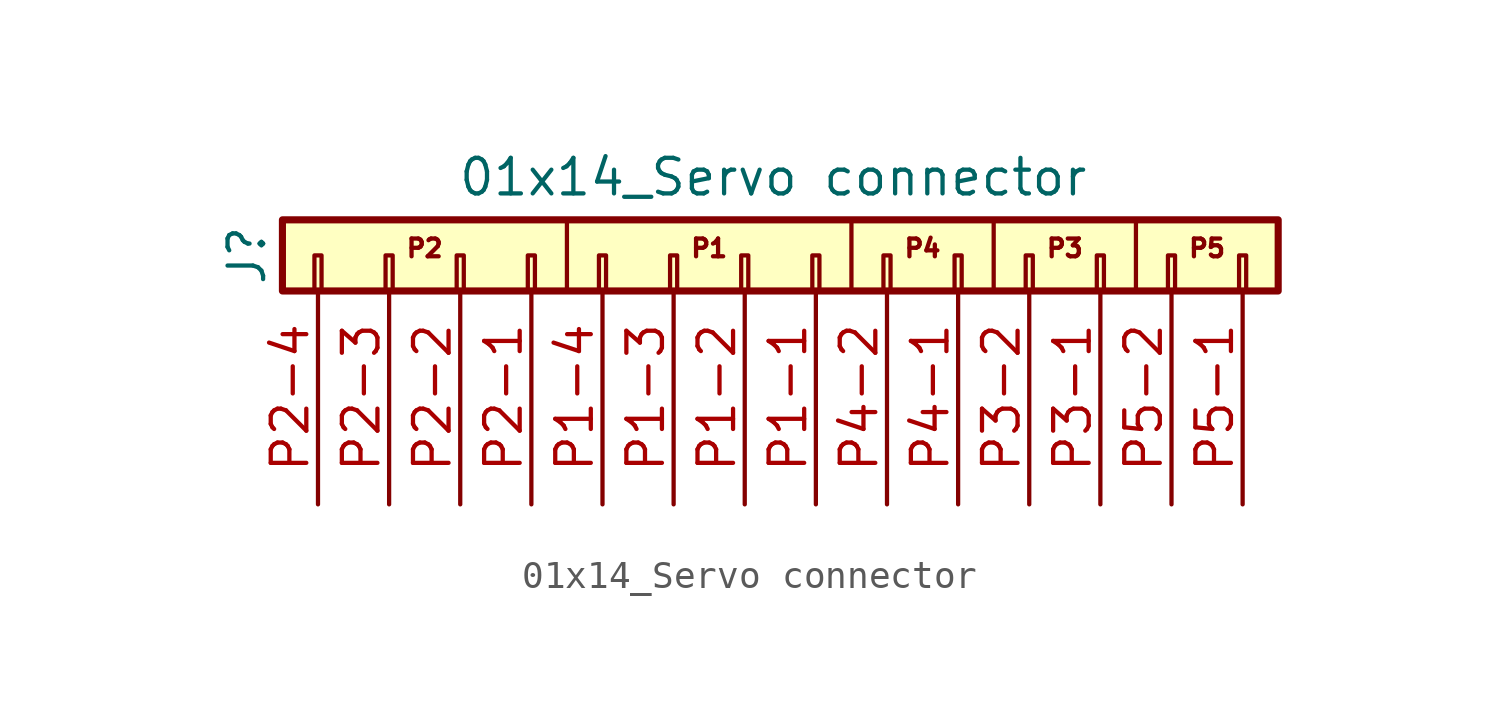
<source format=kicad_sym>
(kicad_symbol_lib
  (version 20220914)
  (generator kicad_symbol_editor)
  (symbol "01x14_Servo connector"
    (pin_names
      (offset 1.016) hide)
    (property "Reference" "J"
      (at -19.05 0 90)
      (effects (font (size 1.27 1.27))))
    (property "Value" "01x14_Servo connector"
      (at -0.254 2.794 0)
      (effects (font (size 1.27 1.27))))
    (symbol "01x14_Servo connector_0_1"
      (polyline (pts (xy -7.62 1.27) (xy -7.62 -1.27)) (stroke (width 0) (type default)) (fill (type none)))
      (polyline (pts (xy 2.54 1.27) (xy 2.54 -1.27)) (stroke (width 0) (type default)) (fill (type none)))
      (polyline (pts (xy 7.62 1.27) (xy 7.62 -1.27)) (stroke (width 0) (type default)) (fill (type none)))
      (polyline (pts (xy 12.7 1.27) (xy 12.7 -1.27)) (stroke (width 0) (type default)) (fill (type none))))
    (symbol "01x14_Servo connector_1_1"
      (rectangle (start -17.78 -1.27) (end 17.78 1.27) (stroke (width 0.254) (type default)) (fill (type background)))
      (rectangle (start -16.637 -1.27) (end -16.383 0) (stroke (width 0.152) (type default)) (fill (type none)))
      (rectangle (start -14.097 -1.27) (end -13.843 0) (stroke (width 0.152) (type default)) (fill (type none)))
      (rectangle (start -11.557 -1.27) (end -11.303 0) (stroke (width 0.152) (type default)) (fill (type none)))
      (rectangle (start -9.017 -1.27) (end -8.763 0) (stroke (width 0.152) (type default)) (fill (type none)))
      (rectangle (start -6.477 -1.27) (end -6.223 0) (stroke (width 0.152) (type default)) (fill (type none)))
      (rectangle (start -3.937 -1.27) (end -3.683 0) (stroke (width 0.152) (type default)) (fill (type none)))
      (rectangle (start -1.397 -1.27) (end -1.143 0) (stroke (width 0.152) (type default)) (fill (type none)))
      (rectangle (start 1.143 -1.27) (end 1.397 0) (stroke (width 0.152) (type default)) (fill (type none)))
      (rectangle (start 3.683 -1.27) (end 3.937 0) (stroke (width 0.152) (type default)) (fill (type none)))
      (rectangle (start 6.223 -1.27) (end 6.477 0) (stroke (width 0.152) (type default)) (fill (type none)))
      (rectangle (start 8.763 -1.27) (end 9.017 0) (stroke (width 0.152) (type default)) (fill (type none)))
      (rectangle (start 11.303 -1.27) (end 11.557 0) (stroke (width 0.152) (type default)) (fill (type none)))
      (rectangle (start 13.843 -1.27) (end 14.097 0) (stroke (width 0.152) (type default)) (fill (type none)))
      (rectangle (start 16.383 -1.27) (end 16.637 0) (stroke (width 0.152) (type default)) (fill (type none)))
      (text "P1" (at -2.54 0.254 0) (effects (font (size 0.635 0.635))))
      (text "P2" (at -12.7 0.254 0) (effects (font (size 0.635 0.635))))
      (text "P3" (at 10.16 0.254 0) (effects (font (size 0.635 0.635))))
      (text "P4" (at 5.08 0.254 0) (effects (font (size 0.635 0.635))))
      (text "P5" (at 15.24 0.254 0) (effects (font (size 0.635 0.635))))
      (pin passive line (at 1.27 -8.89 90) (length 7.62) (name "Pin_07" (effects (font (size 1.27 1.27)))) (number "P1-1" (effects (font (size 1.27 1.27)))))
      (pin passive line (at -1.27 -8.89 90) (length 7.62) (name "Pin_08" (effects (font (size 1.27 1.27)))) (number "P1-2" (effects (font (size 1.27 1.27)))))
      (pin passive line (at -3.81 -8.89 90) (length 7.62) (name "Pin_19" (effects (font (size 1.27 1.27)))) (number "P1-3" (effects (font (size 1.27 1.27)))))
      (pin passive line (at -6.35 -8.89 90) (length 7.62) (name "Pin_10" (effects (font (size 1.27 1.27)))) (number "P1-4" (effects (font (size 1.27 1.27)))))
      (pin passive line (at -8.89 -8.89 90) (length 7.62) (name "Pin_11" (effects (font (size 1.27 1.27)))) (number "P2-1" (effects (font (size 1.27 1.27)))))
      (pin passive line (at -11.43 -8.89 90) (length 7.62) (name "Pin_12" (effects (font (size 1.27 1.27)))) (number "P2-2" (effects (font (size 1.27 1.27)))))
      (pin passive line (at -13.97 -8.89 90) (length 7.62) (name "Pin_13" (effects (font (size 1.27 1.27)))) (number "P2-3" (effects (font (size 1.27 1.27)))))
      (pin passive line (at -16.51 -8.89 90) (length 7.62) (name "Pin_14" (effects (font (size 1.27 1.27)))) (number "P2-4" (effects (font (size 1.27 1.27)))))
      (pin passive line (at 11.43 -8.89 90) (length 7.62) (name "Pin_03" (effects (font (size 1.27 1.27)))) (number "P3-1" (effects (font (size 1.27 1.27)))))
      (pin passive line (at 8.89 -8.89 90) (length 7.62) (name "Pin_04" (effects (font (size 1.27 1.27)))) (number "P3-2" (effects (font (size 1.27 1.27)))))
      (pin passive line (at 6.35 -8.89 90) (length 7.62) (name "Pin_05" (effects (font (size 1.27 1.27)))) (number "P4-1" (effects (font (size 1.27 1.27)))))
      (pin passive line (at 3.81 -8.89 90) (length 7.62) (name "Pin_06" (effects (font (size 1.27 1.27)))) (number "P4-2" (effects (font (size 1.27 1.27)))))
      (pin passive line (at 16.51 -8.89 90) (length 7.62) (name "Pin_01" (effects (font (size 1.27 1.27)))) (number "P5-1" (effects (font (size 1.27 1.27)))))
      (pin passive line (at 13.97 -8.89 90) (length 7.62) (name "Pin_02" (effects (font (size 1.27 1.27)))) (number "P5-2" (effects (font (size 1.27 1.27))))))))
</source>
